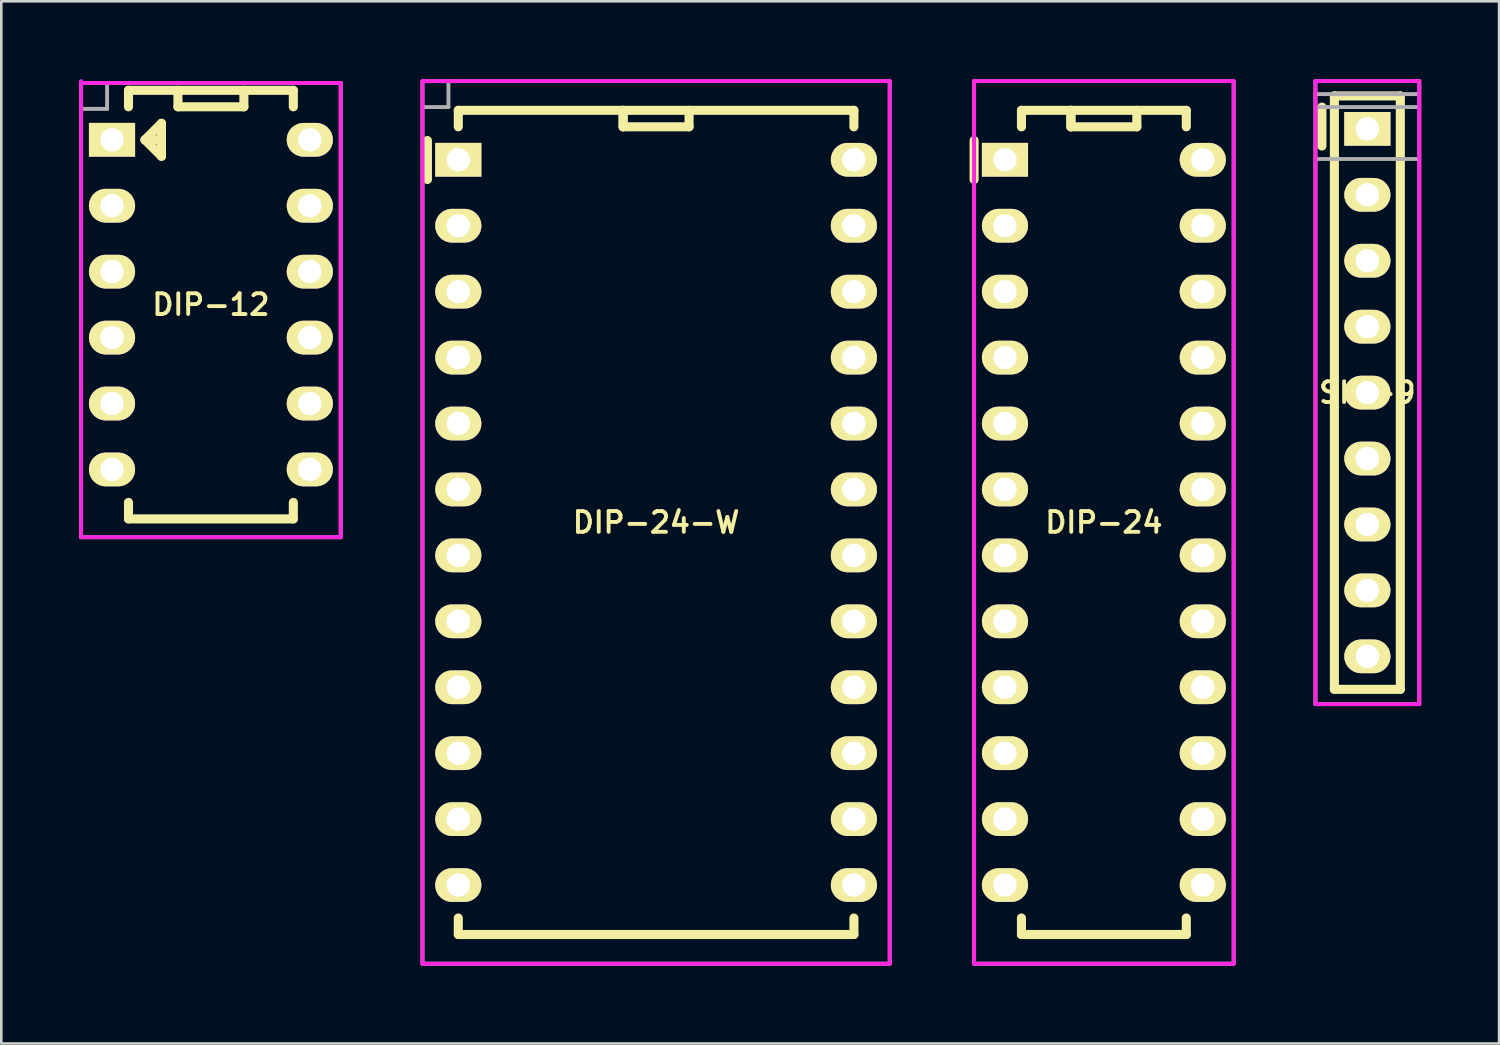
<source format=kicad_pcb>
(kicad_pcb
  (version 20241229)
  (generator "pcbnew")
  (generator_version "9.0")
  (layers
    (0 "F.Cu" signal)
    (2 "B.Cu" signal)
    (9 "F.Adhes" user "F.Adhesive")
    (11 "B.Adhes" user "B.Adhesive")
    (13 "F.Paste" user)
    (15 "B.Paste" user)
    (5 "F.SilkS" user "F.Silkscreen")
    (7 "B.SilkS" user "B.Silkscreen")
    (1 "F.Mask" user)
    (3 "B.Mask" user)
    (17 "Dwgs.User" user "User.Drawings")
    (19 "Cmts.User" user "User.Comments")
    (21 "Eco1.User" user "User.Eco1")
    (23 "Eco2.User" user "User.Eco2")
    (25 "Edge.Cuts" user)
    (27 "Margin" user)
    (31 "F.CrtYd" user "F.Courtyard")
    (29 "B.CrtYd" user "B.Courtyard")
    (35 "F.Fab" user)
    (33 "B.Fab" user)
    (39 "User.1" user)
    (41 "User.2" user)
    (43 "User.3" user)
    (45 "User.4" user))
  (footprint "DIP-24-W"
    (layer "F.Cu")
    (at 22.225 17.075)
    (property "Reference" "DIP-24-W" (at 0 0 0) (layer "F.SilkS") (effects (font (size 0.8 0.8) (thickness 0.15))))
    (attr through_hole)
    (fp_line (start -8.81 -14.71) (end -8.81 -13.21) (stroke (width 0.35) (type solid)) (layer "F.SilkS"))
    (fp_line (start -7.62 -15.875) (end -7.62 -15.24) (stroke (width 0.35) (type solid)) (layer "F.SilkS"))
    (fp_line (start -7.62 15.875) (end -7.62 15.24) (stroke (width 0.35) (type solid)) (layer "F.SilkS"))
    (fp_line (start -1.27 -15.875) (end -1.27 -15.24) (stroke (width 0.35) (type solid)) (layer "F.SilkS"))
    (fp_line (start -1.27 -15.24) (end -1.27 -15.875) (stroke (width 0.35) (type solid)) (layer "F.SilkS"))
    (fp_line (start -1.27 -15.24) (end 1.27 -15.24) (stroke (width 0.35) (type solid)) (layer "F.SilkS"))
    (fp_line (start 1.27 -15.24) (end 1.27 -15.875) (stroke (width 0.35) (type solid)) (layer "F.SilkS"))
    (fp_line (start 7.62 -15.875) (end -7.62 -15.875) (stroke (width 0.35) (type solid)) (layer "F.SilkS"))
    (fp_line (start 7.62 -15.24) (end 7.62 -15.875) (stroke (width 0.35) (type solid)) (layer "F.SilkS"))
    (fp_line (start 7.62 15.24) (end 7.62 15.875) (stroke (width 0.35) (type solid)) (layer "F.SilkS"))
    (fp_line (start 7.62 15.875) (end -7.62 15.875) (stroke (width 0.35) (type solid)) (layer "F.SilkS"))
    (fp_line (start -9 -17) (end 9 -17) (stroke (width 0.15) (type solid)) (layer "F.CrtYd"))
    (fp_line (start -9 17) (end -9 -17) (stroke (width 0.15) (type solid)) (layer "F.CrtYd"))
    (fp_line (start 9 -17) (end 9 17) (stroke (width 0.15) (type solid)) (layer "F.CrtYd"))
    (fp_line (start 9 17) (end -9 17) (stroke (width 0.15) (type solid)) (layer "F.CrtYd"))
    (fp_line (start -9 -17) (end 9 -17) (stroke (width 0.15) (type solid)) (layer "F.Fab"))
    (fp_line (start -9 -16) (end -8 -16) (stroke (width 0.15) (type solid)) (layer "F.Fab"))
    (fp_line (start -9 17) (end -9 -17) (stroke (width 0.15) (type solid)) (layer "F.Fab"))
    (fp_line (start -8 -16) (end -8 -17) (stroke (width 0.15) (type solid)) (layer "F.Fab"))
    (fp_line (start 9 -17) (end 9 17) (stroke (width 0.15) (type solid)) (layer "F.Fab"))
    (fp_line (start 9 17) (end -9 17) (stroke (width 0.15) (type solid)) (layer "F.Fab"))
    (pad "1" thru_hole rect (at -7.62 -13.97) (size 1.778 1.3) (drill 0.9) (layers "*.Cu" "*.Mask" "F.SilkS"))
    (pad "2" thru_hole oval (at -7.62 -11.43) (size 1.778 1.3) (drill 0.9) (layers "*.Cu" "*.Mask" "F.SilkS"))
    (pad "3" thru_hole oval (at -7.62 -8.89) (size 1.778 1.3) (drill 0.9) (layers "*.Cu" "*.Mask" "F.SilkS"))
    (pad "4" thru_hole oval (at -7.62 -6.35) (size 1.778 1.3) (drill 0.9) (layers "*.Cu" "*.Mask" "F.SilkS"))
    (pad "5" thru_hole oval (at -7.62 -3.81) (size 1.778 1.3) (drill 0.9) (layers "*.Cu" "*.Mask" "F.SilkS"))
    (pad "6" thru_hole oval (at -7.62 -1.27) (size 1.778 1.3) (drill 0.9) (layers "*.Cu" "*.Mask" "F.SilkS"))
    (pad "7" thru_hole oval (at -7.62 1.27) (size 1.778 1.3) (drill 0.9) (layers "*.Cu" "*.Mask" "F.SilkS"))
    (pad "8" thru_hole oval (at -7.62 3.81) (size 1.778 1.3) (drill 0.9) (layers "*.Cu" "*.Mask" "F.SilkS"))
    (pad "9" thru_hole oval (at -7.62 6.35) (size 1.778 1.3) (drill 0.9) (layers "*.Cu" "*.Mask" "F.SilkS"))
    (pad "10" thru_hole oval (at -7.62 8.89) (size 1.778 1.3) (drill 0.9) (layers "*.Cu" "*.Mask" "F.SilkS"))
    (pad "11" thru_hole oval (at -7.62 11.43) (size 1.778 1.3) (drill 0.9) (layers "*.Cu" "*.Mask" "F.SilkS"))
    (pad "12" thru_hole oval (at -7.62 13.97) (size 1.778 1.3) (drill 0.9) (layers "*.Cu" "*.Mask" "F.SilkS"))
    (pad "13" thru_hole oval (at 7.62 13.97) (size 1.778 1.3) (drill 0.9) (layers "*.Cu" "*.Mask" "F.SilkS"))
    (pad "14" thru_hole oval (at 7.62 11.43) (size 1.778 1.3) (drill 0.9) (layers "*.Cu" "*.Mask" "F.SilkS"))
    (pad "15" thru_hole oval (at 7.62 8.89) (size 1.778 1.3) (drill 0.9) (layers "*.Cu" "*.Mask" "F.SilkS"))
    (pad "16" thru_hole oval (at 7.62 6.35) (size 1.778 1.3) (drill 0.9) (layers "*.Cu" "*.Mask" "F.SilkS"))
    (pad "17" thru_hole oval (at 7.62 3.81) (size 1.778 1.3) (drill 0.9) (layers "*.Cu" "*.Mask" "F.SilkS"))
    (pad "18" thru_hole oval (at 7.62 1.27) (size 1.778 1.3) (drill 0.9) (layers "*.Cu" "*.Mask" "F.SilkS"))
    (pad "19" thru_hole oval (at 7.62 -1.27) (size 1.778 1.3) (drill 0.9) (layers "*.Cu" "*.Mask" "F.SilkS"))
    (pad "20" thru_hole oval (at 7.62 -3.81) (size 1.778 1.3) (drill 0.9) (layers "*.Cu" "*.Mask" "F.SilkS"))
    (pad "21" thru_hole oval (at 7.62 -6.35) (size 1.778 1.3) (drill 0.9) (layers "*.Cu" "*.Mask" "F.SilkS"))
    (pad "22" thru_hole oval (at 7.62 -8.89) (size 1.778 1.3) (drill 0.9) (layers "*.Cu" "*.Mask" "F.SilkS"))
    (pad "23" thru_hole oval (at 7.62 -11.43) (size 1.778 1.3) (drill 0.9) (layers "*.Cu" "*.Mask" "F.SilkS"))
    (pad "24" thru_hole oval (at 7.62 -13.97) (size 1.778 1.3) (drill 0.9) (layers "*.Cu" "*.Mask" "F.SilkS")))
  (footprint "DIP-12"
    (layer "F.Cu")
    (at 5.075 8.685)
    (property "Reference" "DIP-12" (at 0 0 0) (layer "F.SilkS") (effects (font (size 0.8 0.8) (thickness 0.15))))
    (attr through_hole)
    (fp_line (start -3.175 -8.255) (end 3.175 -8.255) (stroke (width 0.35) (type solid)) (layer "F.SilkS"))
    (fp_line (start -3.175 -7.62) (end -3.175 -8.255) (stroke (width 0.35) (type solid)) (layer "F.SilkS"))
    (fp_line (start -3.175 7.62) (end -3.175 8.255) (stroke (width 0.35) (type solid)) (layer "F.SilkS"))
    (fp_line (start -3.175 8.255) (end 3.175 8.255) (stroke (width 0.35) (type solid)) (layer "F.SilkS"))
    (fp_line (start -2.54 -6.35) (end -1.905 -6.985) (stroke (width 0.35) (type solid)) (layer "F.SilkS"))
    (fp_line (start -2.54 -6.35) (end -1.905 -6.35) (stroke (width 0.35) (type solid)) (layer "F.SilkS"))
    (fp_line (start -1.905 -6.985) (end -1.905 -5.715) (stroke (width 0.35) (type solid)) (layer "F.SilkS"))
    (fp_line (start -1.905 -5.715) (end -2.54 -6.35) (stroke (width 0.35) (type solid)) (layer "F.SilkS"))
    (fp_line (start -1.27 -7.62) (end -1.27 -8.255) (stroke (width 0.35) (type solid)) (layer "F.SilkS"))
    (fp_line (start 1.27 -8.255) (end 1.27 -7.62) (stroke (width 0.35) (type solid)) (layer "F.SilkS"))
    (fp_line (start 1.27 -7.62) (end -1.27 -7.62) (stroke (width 0.35) (type solid)) (layer "F.SilkS"))
    (fp_line (start 3.175 -8.255) (end 3.175 -7.62) (stroke (width 0.35) (type solid)) (layer "F.SilkS"))
    (fp_line (start 3.175 8.255) (end 3.175 7.62) (stroke (width 0.35) (type solid)) (layer "F.SilkS"))
    (fp_line (start -5 -8.61) (end -5 8.89) (stroke (width 0.15) (type solid)) (layer "F.CrtYd"))
    (fp_line (start -5 8.96) (end 5 8.96) (stroke (width 0.15) (type solid)) (layer "F.CrtYd"))
    (fp_line (start 5 -8.54) (end -5 -8.54) (stroke (width 0.15) (type solid)) (layer "F.CrtYd"))
    (fp_line (start 5 8.96) (end 5 -8.54) (stroke (width 0.15) (type solid)) (layer "F.CrtYd"))
    (fp_line (start -5 -8.54) (end 5 -8.54) (stroke (width 0.15) (type solid)) (layer "F.Fab"))
    (fp_line (start -5 -7.54) (end -4 -7.54) (stroke (width 0.15) (type solid)) (layer "F.Fab"))
    (fp_line (start -5 8.96) (end -5 -8.54) (stroke (width 0.15) (type solid)) (layer "F.Fab"))
    (fp_line (start -4 -7.54) (end -4 -8.54) (stroke (width 0.15) (type solid)) (layer "F.Fab"))
    (fp_line (start 5 -8.54) (end 5 8.96) (stroke (width 0.15) (type solid)) (layer "F.Fab"))
    (fp_line (start 5 8.96) (end -5 8.96) (stroke (width 0.15) (type solid)) (layer "F.Fab"))
    (pad "1" thru_hole rect (at -3.81 -6.35) (size 1.778 1.3) (drill 0.9) (layers "*.Cu" "*.Mask" "F.SilkS"))
    (pad "2" thru_hole oval (at -3.81 -3.81) (size 1.778 1.3) (drill 0.9) (layers "*.Cu" "*.Mask" "F.SilkS"))
    (pad "3" thru_hole oval (at -3.81 -1.27) (size 1.778 1.3) (drill 0.9) (layers "*.Cu" "*.Mask" "F.SilkS"))
    (pad "4" thru_hole oval (at -3.81 1.27) (size 1.778 1.3) (drill 0.9) (layers "*.Cu" "*.Mask" "F.SilkS"))
    (pad "5" thru_hole oval (at -3.81 3.81) (size 1.778 1.3) (drill 0.9) (layers "*.Cu" "*.Mask" "F.SilkS"))
    (pad "6" thru_hole oval (at -3.81 6.35) (size 1.778 1.3) (drill 0.9) (layers "*.Cu" "*.Mask" "F.SilkS"))
    (pad "7" thru_hole oval (at 3.81 6.35) (size 1.778 1.3) (drill 0.9) (layers "*.Cu" "*.Mask" "F.SilkS"))
    (pad "8" thru_hole oval (at 3.81 3.81) (size 1.778 1.3) (drill 0.9) (layers "*.Cu" "*.Mask" "F.SilkS"))
    (pad "9" thru_hole oval (at 3.81 1.27) (size 1.778 1.3) (drill 0.9) (layers "*.Cu" "*.Mask" "F.SilkS"))
    (pad "10" thru_hole oval (at 3.81 -1.27) (size 1.778 1.3) (drill 0.9) (layers "*.Cu" "*.Mask" "F.SilkS"))
    (pad "11" thru_hole oval (at 3.81 -3.81) (size 1.778 1.3) (drill 0.9) (layers "*.Cu" "*.Mask" "F.SilkS"))
    (pad "12" thru_hole oval (at 3.81 -6.35) (size 1.778 1.3) (drill 0.9) (layers "*.Cu" "*.Mask" "F.SilkS")))
  (footprint "DIP-24"
    (layer "F.Cu")
    (at 39.475 17.075)
    (property "Reference" "DIP-24" (at 0 0 0) (layer "F.SilkS") (effects (font (size 0.8 0.8) (thickness 0.15))))
    (attr through_hole)
    (fp_line (start -5 -14.71) (end -5 -13.21) (stroke (width 0.35) (type solid)) (layer "F.SilkS"))
    (fp_line (start -3.175 -15.875) (end 3.175 -15.875) (stroke (width 0.35) (type solid)) (layer "F.SilkS"))
    (fp_line (start -3.175 -15.24) (end -3.175 -15.875) (stroke (width 0.35) (type solid)) (layer "F.SilkS"))
    (fp_line (start -3.175 15.24) (end -3.175 15.875) (stroke (width 0.35) (type solid)) (layer "F.SilkS"))
    (fp_line (start -3.175 15.875) (end 3.175 15.875) (stroke (width 0.35) (type solid)) (layer "F.SilkS"))
    (fp_line (start -1.27 -15.875) (end -1.27 -15.24) (stroke (width 0.35) (type solid)) (layer "F.SilkS"))
    (fp_line (start -1.27 -15.24) (end -1.27 -15.875) (stroke (width 0.35) (type solid)) (layer "F.SilkS"))
    (fp_line (start -1.27 -15.24) (end 1.27 -15.24) (stroke (width 0.35) (type solid)) (layer "F.SilkS"))
    (fp_line (start 1.27 -15.24) (end 1.27 -15.875) (stroke (width 0.35) (type solid)) (layer "F.SilkS"))
    (fp_line (start 3.175 -15.875) (end 3.175 -15.24) (stroke (width 0.35) (type solid)) (layer "F.SilkS"))
    (fp_line (start 3.175 15.875) (end 3.175 15.24) (stroke (width 0.35) (type solid)) (layer "F.SilkS"))
    (fp_line (start -5 -17) (end 5 -17) (stroke (width 0.15) (type solid)) (layer "F.CrtYd"))
    (fp_line (start -5 17) (end -5 -17) (stroke (width 0.15) (type solid)) (layer "F.CrtYd"))
    (fp_line (start 5 -17) (end 5 17) (stroke (width 0.15) (type solid)) (layer "F.CrtYd"))
    (fp_line (start 5 17) (end -5 17) (stroke (width 0.15) (type solid)) (layer "F.CrtYd"))
    (fp_line (start -5 -17) (end 5 -17) (stroke (width 0.15) (type solid)) (layer "F.Fab"))
    (fp_line (start -5 17) (end -5 -17) (stroke (width 0.15) (type solid)) (layer "F.Fab"))
    (fp_line (start 5 -17) (end 5 17) (stroke (width 0.15) (type solid)) (layer "F.Fab"))
    (fp_line (start 5 17) (end -5 17) (stroke (width 0.15) (type solid)) (layer "F.Fab"))
    (pad "1" thru_hole rect (at -3.81 -13.97) (size 1.778 1.3) (drill 0.9) (layers "*.Cu" "*.Mask" "F.SilkS"))
    (pad "2" thru_hole oval (at -3.81 -11.43) (size 1.778 1.3) (drill 0.9) (layers "*.Cu" "*.Mask" "F.SilkS"))
    (pad "3" thru_hole oval (at -3.81 -8.89) (size 1.778 1.3) (drill 0.9) (layers "*.Cu" "*.Mask" "F.SilkS"))
    (pad "4" thru_hole oval (at -3.81 -6.35) (size 1.778 1.3) (drill 0.9) (layers "*.Cu" "*.Mask" "F.SilkS"))
    (pad "5" thru_hole oval (at -3.81 -3.81) (size 1.778 1.3) (drill 0.9) (layers "*.Cu" "*.Mask" "F.SilkS"))
    (pad "6" thru_hole oval (at -3.81 -1.27) (size 1.778 1.3) (drill 0.9) (layers "*.Cu" "*.Mask" "F.SilkS"))
    (pad "7" thru_hole oval (at -3.81 1.27) (size 1.778 1.3) (drill 0.9) (layers "*.Cu" "*.Mask" "F.SilkS"))
    (pad "8" thru_hole oval (at -3.81 3.81) (size 1.778 1.3) (drill 0.9) (layers "*.Cu" "*.Mask" "F.SilkS"))
    (pad "9" thru_hole oval (at -3.81 6.35) (size 1.778 1.3) (drill 0.9) (layers "*.Cu" "*.Mask" "F.SilkS"))
    (pad "10" thru_hole oval (at -3.81 8.89) (size 1.778 1.3) (drill 0.9) (layers "*.Cu" "*.Mask" "F.SilkS"))
    (pad "11" thru_hole oval (at -3.81 11.43) (size 1.778 1.3) (drill 0.9) (layers "*.Cu" "*.Mask" "F.SilkS"))
    (pad "12" thru_hole oval (at -3.81 13.97) (size 1.778 1.3) (drill 0.9) (layers "*.Cu" "*.Mask" "F.SilkS"))
    (pad "13" thru_hole oval (at 3.81 13.97) (size 1.778 1.3) (drill 0.9) (layers "*.Cu" "*.Mask" "F.SilkS"))
    (pad "14" thru_hole oval (at 3.81 11.43) (size 1.778 1.3) (drill 0.9) (layers "*.Cu" "*.Mask" "F.SilkS"))
    (pad "15" thru_hole oval (at 3.81 8.89) (size 1.778 1.3) (drill 0.9) (layers "*.Cu" "*.Mask" "F.SilkS"))
    (pad "16" thru_hole oval (at 3.81 6.35) (size 1.778 1.3) (drill 0.9) (layers "*.Cu" "*.Mask" "F.SilkS"))
    (pad "17" thru_hole oval (at 3.81 3.81) (size 1.778 1.3) (drill 0.9) (layers "*.Cu" "*.Mask" "F.SilkS"))
    (pad "18" thru_hole oval (at 3.81 1.27) (size 1.778 1.3) (drill 0.9) (layers "*.Cu" "*.Mask" "F.SilkS"))
    (pad "19" thru_hole oval (at 3.81 -1.27) (size 1.778 1.3) (drill 0.9) (layers "*.Cu" "*.Mask" "F.SilkS"))
    (pad "20" thru_hole oval (at 3.81 -3.81) (size 1.778 1.3) (drill 0.9) (layers "*.Cu" "*.Mask" "F.SilkS"))
    (pad "21" thru_hole oval (at 3.81 -6.35) (size 1.778 1.3) (drill 0.9) (layers "*.Cu" "*.Mask" "F.SilkS"))
    (pad "22" thru_hole oval (at 3.81 -8.89) (size 1.778 1.3) (drill 0.9) (layers "*.Cu" "*.Mask" "F.SilkS"))
    (pad "23" thru_hole oval (at 3.81 -11.43) (size 1.778 1.3) (drill 0.9) (layers "*.Cu" "*.Mask" "F.SilkS"))
    (pad "24" thru_hole oval (at 3.81 -13.97) (size 1.778 1.3) (drill 0.9) (layers "*.Cu" "*.Mask" "F.SilkS")))
  (footprint "SIP-9"
    (layer "F.Cu")
    (at 49.625 12.075)
    (property "Reference" "SIP-9" (at 0 0 0) (layer "F.SilkS") (effects (font (size 0.8 0.8) (thickness 0.15))))
    (attr through_hole)
    (fp_line (start -1.75 -11) (end -1.75 -9.5) (stroke (width 0.35) (type solid)) (layer "F.SilkS"))
    (fp_line (start -1.27 -11.43) (end 1.27 -11.43) (stroke (width 0.35) (type solid)) (layer "F.SilkS"))
    (fp_line (start -1.27 11.43) (end -1.27 -11.43) (stroke (width 0.35) (type solid)) (layer "F.SilkS"))
    (fp_line (start 1.27 -11.43) (end 1.27 11.43) (stroke (width 0.35) (type solid)) (layer "F.SilkS"))
    (fp_line (start 1.27 11.43) (end -1.27 11.43) (stroke (width 0.35) (type solid)) (layer "F.SilkS"))
    (fp_line (start -2 -12) (end 2 -12) (stroke (width 0.15) (type solid)) (layer "F.CrtYd"))
    (fp_line (start -2 12) (end -2 -12) (stroke (width 0.15) (type solid)) (layer "F.CrtYd"))
    (fp_line (start 2 -12) (end 2 12) (stroke (width 0.15) (type solid)) (layer "F.CrtYd"))
    (fp_line (start 2 12) (end -2 12) (stroke (width 0.15) (type solid)) (layer "F.CrtYd"))
    (fp_line (start -2 -12) (end 2 -12) (stroke (width 0.15) (type solid)) (layer "F.Fab"))
    (fp_line (start -2 -11.5) (end 2 -11.5) (stroke (width 0.15) (type solid)) (layer "F.Fab"))
    (fp_line (start -2 -9) (end 2 -9) (stroke (width 0.15) (type solid)) (layer "F.Fab"))
    (fp_line (start -2 12) (end -2 -12) (stroke (width 0.15) (type solid)) (layer "F.Fab"))
    (fp_line (start 2 -12) (end 2 12) (stroke (width 0.15) (type solid)) (layer "F.Fab"))
    (fp_line (start 2 -11) (end -2 -11) (stroke (width 0.15) (type solid)) (layer "F.Fab"))
    (fp_line (start 2 12) (end -2 12) (stroke (width 0.15) (type solid)) (layer "F.Fab"))
    (pad "1" thru_hole rect (at 0 -10.16) (size 1.778 1.3) (drill 0.9) (layers "*.Cu" "*.Mask" "F.SilkS"))
    (pad "2" thru_hole oval (at 0 -7.62) (size 1.778 1.3) (drill 0.9) (layers "*.Cu" "*.Mask" "F.SilkS"))
    (pad "3" thru_hole oval (at 0 -5.08) (size 1.778 1.3) (drill 0.9) (layers "*.Cu" "*.Mask" "F.SilkS"))
    (pad "4" thru_hole oval (at 0 -2.54) (size 1.778 1.3) (drill 0.9) (layers "*.Cu" "*.Mask" "F.SilkS"))
    (pad "5" thru_hole oval (at 0 0) (size 1.778 1.3) (drill 0.9) (layers "*.Cu" "*.Mask" "F.SilkS"))
    (pad "6" thru_hole oval (at 0 2.54) (size 1.778 1.3) (drill 0.9) (layers "*.Cu" "*.Mask" "F.SilkS"))
    (pad "7" thru_hole oval (at 0 5.08) (size 1.778 1.3) (drill 0.9) (layers "*.Cu" "*.Mask" "F.SilkS"))
    (pad "8" thru_hole oval (at 0 7.62) (size 1.778 1.3) (drill 0.9) (layers "*.Cu" "*.Mask" "F.SilkS"))
    (pad "9" thru_hole oval (at 0 10.16) (size 1.778 1.3) (drill 0.9) (layers "*.Cu" "*.Mask" "F.SilkS")))
  (gr_rect
    (start -3 -3)
    (end 54.7 37.15)
    (stroke (width 0.1) (type default))
    (fill no)
    (layer "Edge.Cuts")))
</source>
